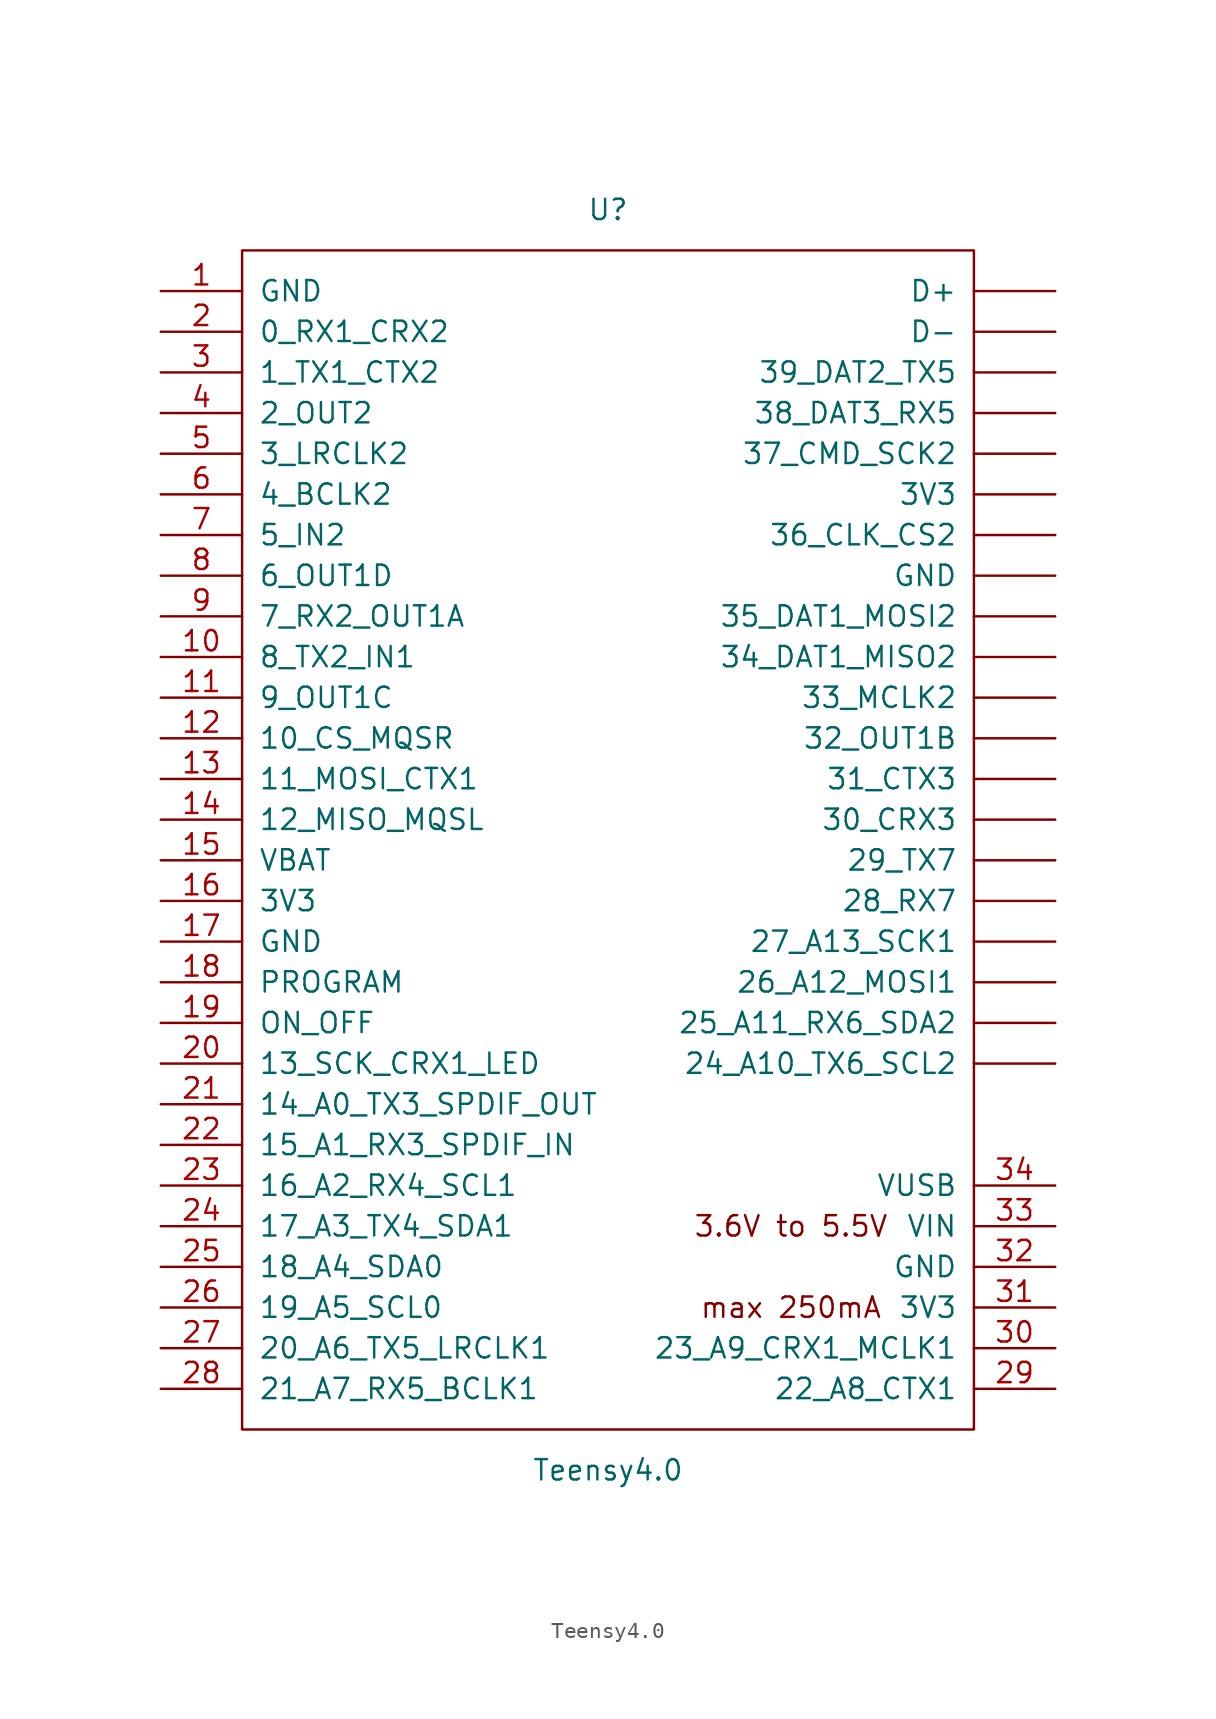
<source format=kicad_sym>
(kicad_symbol_lib
  (version 20211014)
  (generator kicad_symbol_editor)
  (symbol "Teensy4.0"
    (pin_names
      (offset 1.016))
    (property "Reference" "U"
      (at 0 39.37 0)
      (effects (font (size 1.27 1.27))))
    (property "Value" "Teensy4.0"
      (at 0 -39.37 0)
      (effects (font (size 1.27 1.27))))
    (symbol "Teensy4.0_0_0"
      (text "3.6V to 5.5V" (at 11.43 -24.13 0) (effects (font (size 1.27 1.27))))
      (text "max 250mA" (at 11.43 -29.21 0) (effects (font (size 1.27 1.27))))
      (pin bidirectional line (at -27.94 11.43 0) (length 5.08) (name "8_TX2_IN1" (effects (font (size 1.27 1.27)))) (number "10" (effects (font (size 1.27 1.27)))))
      (pin bidirectional line (at -27.94 8.89 0) (length 5.08) (name "9_OUT1C" (effects (font (size 1.27 1.27)))) (number "11" (effects (font (size 1.27 1.27)))))
      (pin bidirectional line (at -27.94 6.35 0) (length 5.08) (name "10_CS_MQSR" (effects (font (size 1.27 1.27)))) (number "12" (effects (font (size 1.27 1.27)))))
      (pin bidirectional line (at -27.94 3.81 0) (length 5.08) (name "11_MOSI_CTX1" (effects (font (size 1.27 1.27)))) (number "13" (effects (font (size 1.27 1.27)))))
      (pin bidirectional line (at -27.94 1.27 0) (length 5.08) (name "12_MISO_MQSL" (effects (font (size 1.27 1.27)))) (number "14" (effects (font (size 1.27 1.27)))))
      (pin power_in line (at -27.94 -1.27 0) (length 5.08) (name "VBAT" (effects (font (size 1.27 1.27)))) (number "15" (effects (font (size 1.27 1.27)))))
      (pin power_out line (at -27.94 -3.81 0) (length 5.08) (name "3V3" (effects (font (size 1.27 1.27)))) (number "16" (effects (font (size 1.27 1.27)))))
      (pin power_in line (at -27.94 -6.35 0) (length 5.08) (name "GND" (effects (font (size 1.27 1.27)))) (number "17" (effects (font (size 1.27 1.27)))))
      (pin input line (at -27.94 -8.89 0) (length 5.08) (name "PROGRAM" (effects (font (size 1.27 1.27)))) (number "18" (effects (font (size 1.27 1.27)))))
      (pin input line (at -27.94 -11.43 0) (length 5.08) (name "ON_OFF" (effects (font (size 1.27 1.27)))) (number "19" (effects (font (size 1.27 1.27)))))
      (pin bidirectional line (at -27.94 -13.97 0) (length 5.08) (name "13_SCK_CRX1_LED" (effects (font (size 1.27 1.27)))) (number "20" (effects (font (size 1.27 1.27)))))
      (pin bidirectional line (at -27.94 -16.51 0) (length 5.08) (name "14_A0_TX3_SPDIF_OUT" (effects (font (size 1.27 1.27)))) (number "21" (effects (font (size 1.27 1.27)))))
      (pin bidirectional line (at -27.94 -19.05 0) (length 5.08) (name "15_A1_RX3_SPDIF_IN" (effects (font (size 1.27 1.27)))) (number "22" (effects (font (size 1.27 1.27)))))
      (pin bidirectional line (at -27.94 -21.59 0) (length 5.08) (name "16_A2_RX4_SCL1" (effects (font (size 1.27 1.27)))) (number "23" (effects (font (size 1.27 1.27)))))
      (pin bidirectional line (at -27.94 -24.13 0) (length 5.08) (name "17_A3_TX4_SDA1" (effects (font (size 1.27 1.27)))) (number "24" (effects (font (size 1.27 1.27)))))
      (pin bidirectional line (at -27.94 -26.67 0) (length 5.08) (name "18_A4_SDA0" (effects (font (size 1.27 1.27)))) (number "25" (effects (font (size 1.27 1.27)))))
      (pin bidirectional line (at -27.94 -29.21 0) (length 5.08) (name "19_A5_SCL0" (effects (font (size 1.27 1.27)))) (number "26" (effects (font (size 1.27 1.27)))))
      (pin bidirectional line (at -27.94 -31.75 0) (length 5.08) (name "20_A6_TX5_LRCLK1" (effects (font (size 1.27 1.27)))) (number "27" (effects (font (size 1.27 1.27)))))
      (pin bidirectional line (at -27.94 -34.29 0) (length 5.08) (name "21_A7_RX5_BCLK1" (effects (font (size 1.27 1.27)))) (number "28" (effects (font (size 1.27 1.27)))))
      (pin bidirectional line (at 27.94 -34.29 180) (length 5.08) (name "22_A8_CTX1" (effects (font (size 1.27 1.27)))) (number "29" (effects (font (size 1.27 1.27)))))
      (pin bidirectional line (at 27.94 -31.75 180) (length 5.08) (name "23_A9_CRX1_MCLK1" (effects (font (size 1.27 1.27)))) (number "30" (effects (font (size 1.27 1.27)))))
      (pin power_out line (at 27.94 -29.21 180) (length 5.08) (name "3V3" (effects (font (size 1.27 1.27)))) (number "31" (effects (font (size 1.27 1.27)))))
      (pin power_in line (at 27.94 -26.67 180) (length 5.08) (name "GND" (effects (font (size 1.27 1.27)))) (number "32" (effects (font (size 1.27 1.27)))))
      (pin power_in line (at 27.94 -24.13 180) (length 5.08) (name "VIN" (effects (font (size 1.27 1.27)))) (number "33" (effects (font (size 1.27 1.27)))))
      (pin power_out line (at 27.94 -21.59 180) (length 5.08) (name "VUSB" (effects (font (size 1.27 1.27)))) (number "34" (effects (font (size 1.27 1.27)))))
      (pin bidirectional line (at -27.94 24.13 0) (length 5.08) (name "3_LRCLK2" (effects (font (size 1.27 1.27)))) (number "5" (effects (font (size 1.27 1.27)))))
      (pin bidirectional line (at -27.94 21.59 0) (length 5.08) (name "4_BCLK2" (effects (font (size 1.27 1.27)))) (number "6" (effects (font (size 1.27 1.27)))))
      (pin bidirectional line (at -27.94 19.05 0) (length 5.08) (name "5_IN2" (effects (font (size 1.27 1.27)))) (number "7" (effects (font (size 1.27 1.27)))))
      (pin bidirectional line (at -27.94 16.51 0) (length 5.08) (name "6_OUT1D" (effects (font (size 1.27 1.27)))) (number "8" (effects (font (size 1.27 1.27)))))
      (pin bidirectional line (at -27.94 13.97 0) (length 5.08) (name "7_RX2_OUT1A" (effects (font (size 1.27 1.27)))) (number "9" (effects (font (size 1.27 1.27)))))
      (pin bidirectional line (at 27.94 -13.97 180) (length 5.08) (name "24_A10_TX6_SCL2" (effects (font (size 1.27 1.27)))) (number "~" (effects (font (size 1.27 1.27)))))
      (pin bidirectional line (at 27.94 -11.43 180) (length 5.08) (name "25_A11_RX6_SDA2" (effects (font (size 1.27 1.27)))) (number "~" (effects (font (size 1.27 1.27)))))
      (pin bidirectional line (at 27.94 -8.89 180) (length 5.08) (name "26_A12_MOSI1" (effects (font (size 1.27 1.27)))) (number "~" (effects (font (size 1.27 1.27)))))
      (pin bidirectional line (at 27.94 -6.35 180) (length 5.08) (name "27_A13_SCK1" (effects (font (size 1.27 1.27)))) (number "~" (effects (font (size 1.27 1.27)))))
      (pin bidirectional line (at 27.94 -3.81 180) (length 5.08) (name "28_RX7" (effects (font (size 1.27 1.27)))) (number "~" (effects (font (size 1.27 1.27)))))
      (pin bidirectional line (at 27.94 -1.27 180) (length 5.08) (name "29_TX7" (effects (font (size 1.27 1.27)))) (number "~" (effects (font (size 1.27 1.27)))))
      (pin bidirectional line (at 27.94 1.27 180) (length 5.08) (name "30_CRX3" (effects (font (size 1.27 1.27)))) (number "~" (effects (font (size 1.27 1.27)))))
      (pin bidirectional line (at 27.94 3.81 180) (length 5.08) (name "31_CTX3" (effects (font (size 1.27 1.27)))) (number "~" (effects (font (size 1.27 1.27)))))
      (pin bidirectional line (at 27.94 6.35 180) (length 5.08) (name "32_OUT1B" (effects (font (size 1.27 1.27)))) (number "~" (effects (font (size 1.27 1.27)))))
      (pin bidirectional line (at 27.94 8.89 180) (length 5.08) (name "33_MCLK2" (effects (font (size 1.27 1.27)))) (number "~" (effects (font (size 1.27 1.27)))))
      (pin bidirectional line (at 27.94 11.43 180) (length 5.08) (name "34_DAT1_MISO2" (effects (font (size 1.27 1.27)))) (number "~" (effects (font (size 1.27 1.27)))))
      (pin bidirectional line (at 27.94 13.97 180) (length 5.08) (name "35_DAT1_MOSI2" (effects (font (size 1.27 1.27)))) (number "~" (effects (font (size 1.27 1.27)))))
      (pin bidirectional line (at 27.94 19.05 180) (length 5.08) (name "36_CLK_CS2" (effects (font (size 1.27 1.27)))) (number "~" (effects (font (size 1.27 1.27)))))
      (pin bidirectional line (at 27.94 24.13 180) (length 5.08) (name "37_CMD_SCK2" (effects (font (size 1.27 1.27)))) (number "~" (effects (font (size 1.27 1.27)))))
      (pin bidirectional line (at 27.94 26.67 180) (length 5.08) (name "38_DAT3_RX5" (effects (font (size 1.27 1.27)))) (number "~" (effects (font (size 1.27 1.27)))))
      (pin bidirectional line (at 27.94 29.21 180) (length 5.08) (name "39_DAT2_TX5" (effects (font (size 1.27 1.27)))) (number "~" (effects (font (size 1.27 1.27)))))
      (pin power_out line (at 27.94 21.59 180) (length 5.08) (name "3V3" (effects (font (size 1.27 1.27)))) (number "~" (effects (font (size 1.27 1.27)))))
      (pin bidirectional line (at 27.94 34.29 180) (length 5.08) (name "D+" (effects (font (size 1.27 1.27)))) (number "~" (effects (font (size 1.27 1.27)))))
      (pin bidirectional line (at 27.94 31.75 180) (length 5.08) (name "D-" (effects (font (size 1.27 1.27)))) (number "~" (effects (font (size 1.27 1.27)))))
      (pin bidirectional line (at 27.94 16.51 180) (length 5.08) (name "GND" (effects (font (size 1.27 1.27)))) (number "~" (effects (font (size 1.27 1.27))))))
    (symbol "Teensy4.0_0_1"
      (rectangle (start -22.86 36.83) (end 22.86 -36.83) (stroke (width 0) (type default) (color 0 0 0 0)) (fill (type none)))
      (rectangle (start -20.32 -31.75) (end -20.32 -31.75) (stroke (width 0) (type default) (color 0 0 0 0)) (fill (type none))))
    (symbol "Teensy4.0_1_1"
      (pin power_in line (at -27.94 34.29 0) (length 5.08) (name "GND" (effects (font (size 1.27 1.27)))) (number "1" (effects (font (size 1.27 1.27)))))
      (pin bidirectional line (at -27.94 31.75 0) (length 5.08) (name "0_RX1_CRX2" (effects (font (size 1.27 1.27)))) (number "2" (effects (font (size 1.27 1.27)))))
      (pin bidirectional line (at -27.94 29.21 0) (length 5.08) (name "1_TX1_CTX2" (effects (font (size 1.27 1.27)))) (number "3" (effects (font (size 1.27 1.27)))))
      (pin bidirectional line (at -27.94 26.67 0) (length 5.08) (name "2_OUT2" (effects (font (size 1.27 1.27)))) (number "4" (effects (font (size 1.27 1.27))))))))
</source>
